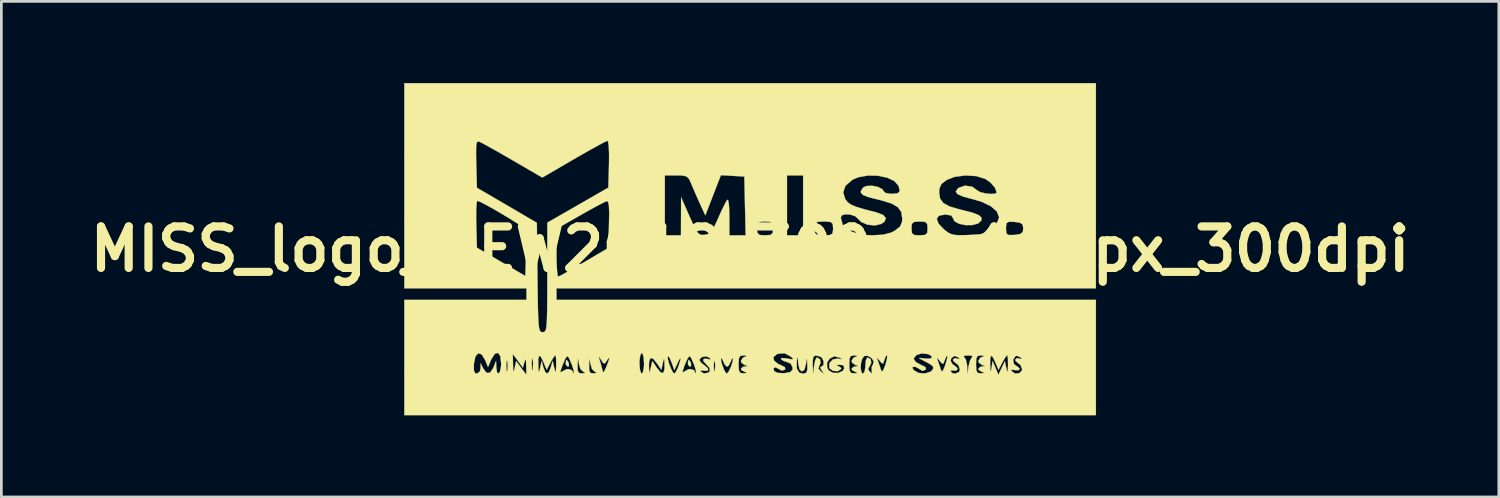
<source format=kicad_pcb>
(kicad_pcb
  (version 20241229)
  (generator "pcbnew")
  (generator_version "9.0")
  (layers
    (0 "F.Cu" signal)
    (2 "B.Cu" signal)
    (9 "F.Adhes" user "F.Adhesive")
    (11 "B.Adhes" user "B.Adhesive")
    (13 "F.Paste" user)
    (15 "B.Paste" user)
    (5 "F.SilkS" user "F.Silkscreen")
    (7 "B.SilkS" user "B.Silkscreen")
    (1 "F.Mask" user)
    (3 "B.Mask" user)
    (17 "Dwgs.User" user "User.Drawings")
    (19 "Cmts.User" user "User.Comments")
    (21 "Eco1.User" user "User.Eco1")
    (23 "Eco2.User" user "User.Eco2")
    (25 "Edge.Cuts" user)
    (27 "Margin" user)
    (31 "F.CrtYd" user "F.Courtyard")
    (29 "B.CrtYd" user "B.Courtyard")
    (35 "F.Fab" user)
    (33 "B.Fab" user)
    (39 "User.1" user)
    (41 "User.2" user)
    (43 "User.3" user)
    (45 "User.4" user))
  (footprint "MISS_logo_NEW2019_300px_144px_300dpi"
    (layer "F.Cu")
    (at 24.5 6.101)
    (property "Reference" "MISS_logo_NEW2019_300px_144px_300dpi" (at 0 0 0) (layer "F.SilkS") (effects (font (size 1.524 1.524) (thickness 0.3))))
    (attr through_hole)
    (fp_poly (pts (xy -6.685 4.13) (xy -6.658 4.191) (xy -6.656 4.3) (xy -6.691 4.318) (xy -6.764 4.249) (xy -6.773 4.191) (xy -6.755 4.078) (xy -6.74 4.064) (xy -6.685 4.13)) (stroke (width 0.01) (type solid)) (fill yes) (layer "F.SilkS"))
    (fp_poly (pts (xy -2.198 4.13) (xy -2.171 4.191) (xy -2.169 4.3) (xy -2.204 4.318) (xy -2.277 4.249) (xy -2.286 4.191) (xy -2.268 4.078) (xy -2.253 4.064) (xy -2.198 4.13)) (stroke (width 0.01) (type solid)) (fill yes) (layer "F.SilkS"))
    (fp_poly (pts (xy 12.7 1.439) (xy -7.112 1.439) (xy -7.112 1.863) (xy 12.7 1.863) (xy 12.7 6.096) (xy -12.7 6.096) (xy -12.7 4.448) (xy -10.146 4.448) (xy -10.102 4.554) (xy -10.038 4.572) (xy -9.928 4.499) (xy -9.9 4.381) (xy -9.895 4.191) (xy -9.803 4.381) (xy -9.679 4.544) (xy -9.553 4.54) (xy -9.435 4.368) (xy -9.423 4.339) (xy -9.331 4.106) (xy -9.322 4.339) (xy -9.293 4.528) (xy -9.239 4.572) (xy -9.184 4.489) (xy -9.148 4.297) (xy -9.147 4.276) (xy -8.953 4.276) (xy -8.947 4.45) (xy -8.927 4.495) (xy -8.916 4.467) (xy -8.901 4.264) (xy -8.915 4.128) (xy -8.937 4.082) (xy -8.951 4.183) (xy -8.953 4.276) (xy -9.147 4.276) (xy -9.144 4.191) (xy -9.177 3.925) (xy -9.229 3.852) (xy -8.715 3.852) (xy -8.708 4.233) (xy -8.701 4.447) (xy -8.686 4.503) (xy -8.658 4.414) (xy -8.647 4.363) (xy -8.593 4.111) (xy -8.405 4.363) (xy -8.218 4.614) (xy -8.224 4.276) (xy -8.226 4.233) (xy -8.02 4.233) (xy -8.014 4.416) (xy -7.997 4.467) (xy -7.984 4.424) (xy -7.974 4.255) (xy -7.779 4.255) (xy -7.771 4.465) (xy -7.756 4.518) (xy -7.727 4.426) (xy -7.712 4.36) (xy -7.655 4.106) (xy -7.594 4.339) (xy -7.526 4.507) (xy -7.458 4.572) (xy -7.385 4.5) (xy -7.319 4.339) (xy -7.254 4.106) (xy -7.193 4.36) (xy -7.155 4.503) (xy -7.135 4.506) (xy -7.133 4.468) (xy -6.964 4.468) (xy -6.959 4.529) (xy -6.93 4.508) (xy -6.756 4.415) (xy -6.672 4.403) (xy -6.544 4.448) (xy -6.519 4.501) (xy -6.492 4.566) (xy -6.476 4.557) (xy -6.478 4.459) (xy -6.537 4.268) (xy -6.542 4.255) (xy -6.336 4.255) (xy -6.333 4.463) (xy -6.279 4.55) (xy -6.16 4.562) (xy -6.048 4.547) (xy -6.101 4.518) (xy -6.112 4.515) (xy -6.231 4.404) (xy -6.275 4.255) (xy -5.913 4.255) (xy -5.909 4.463) (xy -5.856 4.55) (xy -5.736 4.562) (xy -5.625 4.547) (xy -5.678 4.518) (xy -5.689 4.515) (xy -5.807 4.404) (xy -5.866 4.207) (xy -5.888 4.044) (xy -5.901 4.033) (xy -5.91 4.183) (xy -5.913 4.255) (xy -6.275 4.255) (xy -6.289 4.207) (xy -6.311 4.044) (xy -6.324 4.033) (xy -6.333 4.183) (xy -6.336 4.255) (xy -6.542 4.255) (xy -6.566 4.195) (xy -6.653 3.996) (xy -6.664 3.983) (xy -5.553 3.983) (xy -5.541 4.022) (xy -5.474 4.247) (xy -5.438 4.392) (xy -5.405 4.514) (xy -5.366 4.506) (xy -5.295 4.354) (xy -5.28 4.318) (xy -5.23 4.191) (xy -4.064 4.191) (xy -4.047 4.418) (xy -4.005 4.555) (xy -3.979 4.572) (xy -3.929 4.496) (xy -3.899 4.305) (xy -3.898 4.297) (xy -3.715 4.297) (xy -3.707 4.495) (xy -3.693 4.533) (xy -3.663 4.422) (xy -3.649 4.36) (xy -3.593 4.106) (xy -3.438 4.339) (xy -3.288 4.525) (xy -3.191 4.55) (xy -3.146 4.414) (xy -3.143 4.255) (xy -3.151 4.059) (xy -3.164 4.025) (xy -3.025 4.025) (xy -2.975 4.205) (xy -2.9 4.4) (xy -2.823 4.541) (xy -2.785 4.572) (xy -2.72 4.501) (xy -2.705 4.468) (xy -2.477 4.468) (xy -2.472 4.529) (xy -2.443 4.508) (xy -2.268 4.415) (xy -2.184 4.403) (xy -2.056 4.448) (xy -2.032 4.501) (xy -2.005 4.566) (xy -1.989 4.557) (xy -1.991 4.459) (xy -2.049 4.268) (xy -2.078 4.195) (xy -2.132 4.072) (xy -1.863 4.072) (xy -1.799 4.171) (xy -1.693 4.253) (xy -1.552 4.374) (xy -1.54 4.458) (xy -1.656 4.471) (xy -1.693 4.463) (xy -1.808 4.457) (xy -1.815 4.495) (xy -1.69 4.568) (xy -1.535 4.535) (xy -1.474 4.476) (xy -1.49 4.361) (xy -1.567 4.276) (xy -1.333 4.276) (xy -1.327 4.45) (xy -1.307 4.495) (xy -1.296 4.467) (xy -1.281 4.264) (xy -1.295 4.128) (xy -1.309 4.099) (xy -1.067 4.099) (xy -1.018 4.273) (xy -0.946 4.451) (xy -0.876 4.562) (xy -0.857 4.572) (xy -0.791 4.501) (xy -0.708 4.329) (xy -0.697 4.302) (xy -0.676 4.233) (xy -0.423 4.233) (xy -0.411 4.451) (xy -0.358 4.546) (xy -0.238 4.562) (xy -0.233 4.562) (xy -0.118 4.548) (xy -0.166 4.52) (xy -0.191 4.514) (xy -0.316 4.444) (xy -0.339 4.396) (xy -0.323 4.381) (xy 0.857 4.381) (xy 0.888 4.486) (xy 1.004 4.542) (xy 1.213 4.558) (xy 1.257 4.555) (xy 1.47 4.517) (xy 1.557 4.432) (xy 1.564 4.381) (xy 1.712 4.381) (xy 1.807 4.538) (xy 1.945 4.572) (xy 2.058 4.545) (xy 2.102 4.433) (xy 2.103 4.255) (xy 2.098 4.147) (xy 2.298 4.147) (xy 2.3 4.255) (xy 2.314 4.614) (xy 2.348 4.297) (xy 2.387 4.093) (xy 2.441 3.985) (xy 2.455 3.979) (xy 2.569 4.043) (xy 2.589 4.182) (xy 2.546 4.268) (xy 2.508 4.387) (xy 2.602 4.497) (xy 2.704 4.571) (xy 2.683 4.528) (xy 2.635 4.466) (xy 2.573 4.346) (xy 2.614 4.318) (xy 2.696 4.257) (xy 2.7 4.17) (xy 2.826 4.17) (xy 2.831 4.359) (xy 2.886 4.453) (xy 3.043 4.544) (xy 3.239 4.547) (xy 3.402 4.473) (xy 3.456 4.381) (xy 3.432 4.268) (xy 3.287 4.243) (xy 3.17 4.258) (xy 3.216 4.285) (xy 3.24 4.292) (xy 3.342 4.359) (xy 3.34 4.409) (xy 3.213 4.482) (xy 3.04 4.467) (xy 2.916 4.375) (xy 2.909 4.359) (xy 2.913 4.233) (xy 3.641 4.233) (xy 3.653 4.451) (xy 3.706 4.546) (xy 3.826 4.562) (xy 3.831 4.562) (xy 3.946 4.548) (xy 3.898 4.52) (xy 3.873 4.514) (xy 3.748 4.444) (xy 3.725 4.396) (xy 3.728 4.394) (xy 4.062 4.394) (xy 4.097 4.537) (xy 4.149 4.572) (xy 4.205 4.498) (xy 4.233 4.315) (xy 4.233 4.276) (xy 4.253 4.08) (xy 4.303 3.982) (xy 4.313 3.979) (xy 4.431 4.042) (xy 4.449 4.183) (xy 4.397 4.283) (xy 4.335 4.41) (xy 4.402 4.512) (xy 4.48 4.566) (xy 4.466 4.481) (xy 4.464 4.476) (xy 4.471 4.307) (xy 4.511 4.243) (xy 4.541 4.122) (xy 4.472 4.015) (xy 4.664 4.015) (xy 4.697 4.106) (xy 4.773 4.327) (xy 4.805 4.433) (xy 4.846 4.498) (xy 4.902 4.423) (xy 4.933 4.342) (xy 5.951 4.342) (xy 6.006 4.438) (xy 6.011 4.445) (xy 6.188 4.546) (xy 6.423 4.565) (xy 6.63 4.499) (xy 6.682 4.453) (xy 6.734 4.366) (xy 6.704 4.291) (xy 6.568 4.198) (xy 6.35 4.084) (xy 6.216 4.013) (xy 6.225 3.994) (xy 6.387 4.015) (xy 6.413 4.019) (xy 6.612 4.021) (xy 6.626 4.011) (xy 6.864 4.011) (xy 6.899 4.106) (xy 6.975 4.327) (xy 7.007 4.433) (xy 7.047 4.498) (xy 7.103 4.423) (xy 7.163 4.266) (xy 7.212 4.102) (xy 7.366 4.102) (xy 7.434 4.228) (xy 7.493 4.264) (xy 7.605 4.359) (xy 7.62 4.409) (xy 7.559 4.468) (xy 7.493 4.457) (xy 7.384 4.455) (xy 7.366 4.49) (xy 7.437 4.557) (xy 7.535 4.572) (xy 7.678 4.511) (xy 7.705 4.412) (xy 7.646 4.254) (xy 7.578 4.203) (xy 7.465 4.108) (xy 7.451 4.058) (xy 7.513 4.001) (xy 7.599 4.018) (xy 7.694 4.041) (xy 7.65 3.976) (xy 7.649 3.975) (xy 7.577 3.947) (xy 7.845 3.947) (xy 7.853 3.951) (xy 7.926 4.056) (xy 7.969 4.26) (xy 7.972 4.304) (xy 7.986 4.614) (xy 8.021 4.319) (xy 8.041 4.233) (xy 8.297 4.233) (xy 8.309 4.451) (xy 8.362 4.546) (xy 8.483 4.562) (xy 8.488 4.562) (xy 8.602 4.548) (xy 8.554 4.52) (xy 8.53 4.514) (xy 8.405 4.444) (xy 8.382 4.396) (xy 8.452 4.325) (xy 8.53 4.308) (xy 8.635 4.296) (xy 8.574 4.271) (xy 8.53 4.26) (xy 8.523 4.255) (xy 8.818 4.255) (xy 8.828 4.453) (xy 8.843 4.491) (xy 8.866 4.378) (xy 8.868 4.36) (xy 8.906 4.106) (xy 9.014 4.36) (xy 9.121 4.614) (xy 9.238 4.365) (xy 9.356 4.116) (xy 9.409 4.365) (xy 9.442 4.499) (xy 9.46 4.491) (xy 9.465 4.424) (xy 9.6 4.424) (xy 9.604 4.478) (xy 9.731 4.568) (xy 9.883 4.558) (xy 9.982 4.462) (xy 9.991 4.412) (xy 9.932 4.254) (xy 9.864 4.203) (xy 9.751 4.108) (xy 9.737 4.058) (xy 9.799 4.001) (xy 9.885 4.018) (xy 9.98 4.041) (xy 9.936 3.976) (xy 9.935 3.975) (xy 9.802 3.917) (xy 9.744 3.932) (xy 9.658 4.065) (xy 9.691 4.217) (xy 9.779 4.287) (xy 9.898 4.375) (xy 9.875 4.446) (xy 9.73 4.443) (xy 9.726 4.442) (xy 9.6 4.424) (xy 9.465 4.424) (xy 9.47 4.33) (xy 9.473 4.255) (xy 9.47 4.035) (xy 9.453 3.907) (xy 9.443 3.895) (xy 9.381 3.962) (xy 9.283 4.127) (xy 9.263 4.164) (xy 9.124 4.432) (xy 9.011 4.164) (xy 8.91 3.958) (xy 8.847 3.915) (xy 8.818 4.036) (xy 8.818 4.255) (xy 8.523 4.255) (xy 8.404 4.173) (xy 8.382 4.106) (xy 8.452 3.991) (xy 8.53 3.953) (xy 8.606 3.922) (xy 8.519 3.906) (xy 8.488 3.904) (xy 8.365 3.919) (xy 8.31 4.011) (xy 8.297 4.225) (xy 8.297 4.233) (xy 8.041 4.233) (xy 8.072 4.103) (xy 8.147 3.967) (xy 8.156 3.96) (xy 8.156 3.919) (xy 8.02 3.902) (xy 8.001 3.903) (xy 7.857 3.918) (xy 7.845 3.947) (xy 7.577 3.947) (xy 7.508 3.921) (xy 7.393 3.998) (xy 7.366 4.102) (xy 7.212 4.102) (xy 7.225 4.057) (xy 7.247 3.927) (xy 7.243 3.913) (xy 7.198 3.957) (xy 7.151 4.073) (xy 7.099 4.207) (xy 7.037 4.191) (xy 6.963 4.101) (xy 6.871 3.988) (xy 6.864 4.011) (xy 6.626 4.011) (xy 6.687 3.97) (xy 6.621 3.894) (xy 6.519 3.852) (xy 6.298 3.831) (xy 6.109 3.89) (xy 6.014 4.007) (xy 6.011 4.032) (xy 6.083 4.143) (xy 6.258 4.243) (xy 6.272 4.248) (xy 6.442 4.331) (xy 6.457 4.412) (xy 6.441 4.43) (xy 6.324 4.472) (xy 6.248 4.42) (xy 6.092 4.329) (xy 6.026 4.318) (xy 5.951 4.342) (xy 4.933 4.342) (xy 4.961 4.266) (xy 5.022 4.054) (xy 5.037 3.918) (xy 5.03 3.902) (xy 4.981 3.938) (xy 4.936 4.059) (xy 4.89 4.198) (xy 4.829 4.183) (xy 4.759 4.098) (xy 4.669 3.988) (xy 4.664 4.015) (xy 4.472 4.015) (xy 4.461 3.997) (xy 4.32 3.918) (xy 4.198 3.923) (xy 4.117 4.021) (xy 4.071 4.2) (xy 4.062 4.394) (xy 3.728 4.394) (xy 3.796 4.325) (xy 3.873 4.308) (xy 3.978 4.296) (xy 3.918 4.271) (xy 3.873 4.26) (xy 3.748 4.173) (xy 3.725 4.106) (xy 3.795 3.991) (xy 3.873 3.953) (xy 3.949 3.922) (xy 3.862 3.906) (xy 3.831 3.904) (xy 3.708 3.919) (xy 3.653 4.011) (xy 3.641 4.225) (xy 3.641 4.233) (xy 2.913 4.233) (xy 2.915 4.183) (xy 3.037 4.052) (xy 3.222 4.018) (xy 3.25 4.024) (xy 3.366 4.049) (xy 3.331 4.011) (xy 3.288 3.983) (xy 3.094 3.937) (xy 2.927 4.014) (xy 2.826 4.17) (xy 2.7 4.17) (xy 2.702 4.123) (xy 2.639 3.992) (xy 2.575 3.946) (xy 2.404 3.902) (xy 2.32 3.96) (xy 2.298 4.147) (xy 2.098 4.147) (xy 2.093 4.056) (xy 2.083 4.02) (xy 2.064 4.14) (xy 2.055 4.212) (xy 1.993 4.429) (xy 1.901 4.493) (xy 1.814 4.411) (xy 1.766 4.187) (xy 1.765 4.17) (xy 1.755 3.986) (xy 1.74 3.963) (xy 1.717 4.092) (xy 1.717 4.092) (xy 1.712 4.381) (xy 1.564 4.381) (xy 1.566 4.361) (xy 1.494 4.206) (xy 1.397 4.163) (xy 1.214 4.097) (xy 1.143 4.047) (xy 1.144 3.998) (xy 1.302 4.007) (xy 1.355 4.017) (xy 1.542 4.047) (xy 1.585 4.031) (xy 1.505 3.955) (xy 1.487 3.941) (xy 1.266 3.822) (xy 1.034 3.842) (xy 0.981 3.861) (xy 0.858 3.964) (xy 0.88 4.095) (xy 1.032 4.217) (xy 1.107 4.248) (xy 1.279 4.334) (xy 1.288 4.417) (xy 1.28 4.427) (xy 1.154 4.46) (xy 1.06 4.404) (xy 0.924 4.337) (xy 0.857 4.381) (xy -0.323 4.381) (xy -0.268 4.325) (xy -0.191 4.308) (xy -0.086 4.296) (xy -0.146 4.271) (xy -0.191 4.26) (xy -0.316 4.173) (xy -0.339 4.106) (xy -0.269 3.991) (xy -0.191 3.953) (xy -0.115 3.922) (xy -0.202 3.906) (xy -0.233 3.904) (xy -0.356 3.919) (xy -0.411 4.011) (xy -0.423 4.225) (xy -0.423 4.233) (xy -0.676 4.233) (xy -0.638 4.112) (xy -0.626 4.004) (xy -0.629 4) (xy -0.676 4.041) (xy -0.718 4.142) (xy -0.791 4.282) (xy -0.847 4.318) (xy -0.927 4.248) (xy -0.976 4.142) (xy -1.033 4.018) (xy -1.066 4.002) (xy -1.067 4.099) (xy -1.309 4.099) (xy -1.317 4.082) (xy -1.331 4.183) (xy -1.333 4.276) (xy -1.567 4.276) (xy -1.6 4.24) (xy -1.721 4.108) (xy -1.705 4.026) (xy -1.563 4.031) (xy -1.537 4.04) (xy -1.447 4.055) (xy -1.489 3.989) (xy -1.62 3.936) (xy -1.772 3.963) (xy -1.86 4.052) (xy -1.863 4.072) (xy -2.132 4.072) (xy -2.165 3.996) (xy -2.226 3.929) (xy -2.29 4.003) (xy -2.387 4.224) (xy -2.409 4.276) (xy -2.477 4.468) (xy -2.705 4.468) (xy -2.641 4.327) (xy -2.633 4.305) (xy -2.563 4.081) (xy -2.552 3.992) (xy -2.598 4.048) (xy -2.668 4.191) (xy -2.783 4.445) (xy -2.883 4.166) (xy -2.958 3.992) (xy -3.016 3.923) (xy -3.023 3.926) (xy -3.025 4.025) (xy -3.164 4.025) (xy -3.165 4.022) (xy -3.195 4.134) (xy -3.206 4.187) (xy -3.26 4.437) (xy -3.41 4.208) (xy -3.56 4.024) (xy -3.662 4.002) (xy -3.711 4.14) (xy -3.715 4.297) (xy -3.898 4.297) (xy -3.895 4.191) (xy -3.911 3.964) (xy -3.954 3.827) (xy -3.979 3.81) (xy -4.03 3.886) (xy -4.06 4.077) (xy -4.064 4.191) (xy -5.23 4.191) (xy -5.203 4.121) (xy -5.168 3.998) (xy -5.167 3.991) (xy -5.204 4.008) (xy -5.263 4.098) (xy -5.337 4.202) (xy -5.401 4.176) (xy -5.478 4.056) (xy -5.552 3.945) (xy -5.553 3.983) (xy -6.664 3.983) (xy -6.713 3.929) (xy -6.778 4.003) (xy -6.874 4.224) (xy -6.896 4.276) (xy -6.964 4.468) (xy -7.133 4.468) (xy -7.125 4.358) (xy -7.122 4.255) (xy -7.124 4.035) (xy -7.142 3.907) (xy -7.152 3.895) (xy -7.213 3.962) (xy -7.312 4.127) (xy -7.331 4.164) (xy -7.47 4.432) (xy -7.583 4.164) (xy -7.684 3.958) (xy -7.748 3.915) (xy -7.778 4.036) (xy -7.779 4.255) (xy -7.974 4.255) (xy -7.97 4.177) (xy -7.984 4.043) (xy -8.005 4.003) (xy -8.018 4.109) (xy -8.02 4.233) (xy -8.226 4.233) (xy -8.232 4.082) (xy -8.252 4.045) (xy -8.287 4.143) (xy -8.345 4.35) (xy -8.53 4.101) (xy -8.715 3.852) (xy -9.229 3.852) (xy -9.261 3.808) (xy -9.377 3.845) (xy -9.505 4.045) (xy -9.516 4.071) (xy -9.626 4.332) (xy -9.735 4.067) (xy -9.86 3.865) (xy -9.983 3.823) (xy -10.085 3.935) (xy -10.142 4.191) (xy -10.144 4.213) (xy -10.146 4.448) (xy -12.7 4.448) (xy -12.7 1.863) (xy -8.213 1.863) (xy -8.213 1.439) (xy -12.7 1.439) (xy -12.7 -1.176) (xy -10.062 -1.176) (xy -10.057 -0.915) (xy -10.033 -0.053) (xy -9.144 0.466) (xy -8.255 0.985) (xy -8.231 0.181) (xy -8.224 -0.179) (xy -8.226 -0.478) (xy -8.236 -0.674) (xy -8.244 -0.721) (xy -8.326 -0.794) (xy -8.52 -0.927) (xy -8.791 -1.098) (xy -9.101 -1.286) (xy -9.415 -1.47) (xy -9.698 -1.627) (xy -9.911 -1.737) (xy -10.02 -1.778) (xy -10.043 -1.699) (xy -10.058 -1.487) (xy -10.062 -1.176) (xy -12.7 -1.176) (xy -12.7 -3.494) (xy -10.065 -3.494) (xy -10.057 -3.127) (xy -10.033 -2.255) (xy -8.932 -1.612) (xy -7.832 -0.968) (xy -7.809 1.04) (xy -7.801 1.673) (xy -7.793 2.157) (xy -7.782 2.512) (xy -7.767 2.757) (xy -7.746 2.914) (xy -7.717 3.001) (xy -7.678 3.039) (xy -7.626 3.048) (xy -7.618 3.048) (xy -7.566 3.042) (xy -7.525 3.01) (xy -7.495 2.932) (xy -7.475 2.789) (xy -7.462 2.56) (xy -7.454 2.225) (xy -7.45 1.764) (xy -7.449 1.157) (xy -7.449 1.037) (xy -7.448 -0.744) (xy -7.112 -0.744) (xy -7.112 0.136) (xy -7.106 0.498) (xy -7.091 0.786) (xy -7.069 0.966) (xy -7.048 1.009) (xy -6.955 0.966) (xy -6.746 0.853) (xy -6.454 0.687) (xy -6.107 0.485) (xy -6.096 0.479) (xy -5.207 -0.045) (xy -5.183 -0.918) (xy -5.176 -1.325) (xy -5.185 -1.587) (xy -5.211 -1.726) (xy -5.257 -1.765) (xy -5.267 -1.764) (xy -5.381 -1.712) (xy -5.607 -1.594) (xy -5.913 -1.427) (xy -6.244 -1.24) (xy -7.112 -0.744) (xy -7.448 -0.744) (xy -7.447 -0.974) (xy -6.327 -1.617) (xy -5.207 -2.26) (xy -5.194 -2.709) (xy -3.133 -2.709) (xy -3.133 -0.508) (xy -2.54 -0.508) (xy -2.534 -1.905) (xy -2.224 -1.202) (xy -2.074 -0.87) (xy -1.966 -0.664) (xy -1.876 -0.558) (xy -1.782 -0.522) (xy -1.671 -0.525) (xy -1.537 -0.557) (xy -1.429 -0.642) (xy -1.321 -0.815) (xy -1.184 -1.11) (xy -1.17 -1.143) (xy -1.036 -1.439) (xy -0.92 -1.675) (xy -0.844 -1.808) (xy -0.837 -1.816) (xy -0.801 -1.779) (xy -0.775 -1.598) (xy -0.763 -1.298) (xy -0.762 -1.202) (xy -0.762 -0.508) (xy -0.164 -0.508) (xy -0.17 -0.762) (xy 0.254 -0.762) (xy 0.271 -0.591) (xy 0.354 -0.521) (xy 0.55 -0.508) (xy 0.749 -0.522) (xy 0.831 -0.594) (xy 0.847 -0.762) (xy 0.83 -0.933) (xy 0.746 -1.003) (xy 0.55 -1.016) (xy 0.351 -1.002) (xy 0.27 -0.93) (xy 0.254 -0.762) (xy -0.17 -0.762) (xy -0.212 -2.667) (xy -0.643 -2.692) (xy -0.938 -2.709) (xy 1.355 -2.709) (xy 1.355 -0.508) (xy 1.947 -0.508) (xy 1.947 -0.762) (xy 2.371 -0.762) (xy 2.384 -0.599) (xy 2.457 -0.527) (xy 2.637 -0.508) (xy 2.709 -0.508) (xy 2.926 -0.518) (xy 3.023 -0.572) (xy 3.047 -0.707) (xy 3.048 -0.762) (xy 3.035 -0.925) (xy 2.962 -0.997) (xy 2.782 -1.016) (xy 2.709 -1.016) (xy 2.492 -1.006) (xy 2.396 -0.952) (xy 2.371 -0.817) (xy 2.371 -0.762) (xy 1.947 -0.762) (xy 1.947 -1.148) (xy 3.331 -1.148) (xy 3.335 -1.136) (xy 3.381 -0.974) (xy 3.387 -0.923) (xy 3.465 -0.788) (xy 3.673 -0.664) (xy 3.971 -0.569) (xy 4.321 -0.515) (xy 4.487 -0.509) (xy 4.89 -0.532) (xy 5.184 -0.61) (xy 5.313 -0.676) (xy 5.422 -0.762) (xy 5.927 -0.762) (xy 5.943 -0.591) (xy 6.027 -0.521) (xy 6.223 -0.508) (xy 6.422 -0.522) (xy 6.504 -0.594) (xy 6.519 -0.762) (xy 6.503 -0.933) (xy 6.419 -1.003) (xy 6.223 -1.016) (xy 6.024 -1.002) (xy 5.942 -0.93) (xy 5.927 -0.762) (xy 5.422 -0.762) (xy 5.506 -0.828) (xy 5.581 -1.006) (xy 5.587 -1.111) (xy 6.855 -1.111) (xy 6.922 -0.934) (xy 7.128 -0.719) (xy 7.278 -0.605) (xy 7.42 -0.539) (xy 7.607 -0.513) (xy 7.889 -0.515) (xy 8.068 -0.522) (xy 8.412 -0.543) (xy 8.634 -0.577) (xy 8.781 -0.638) (xy 8.899 -0.742) (xy 8.917 -0.762) (xy 9.398 -0.762) (xy 9.41 -0.59) (xy 9.479 -0.522) (xy 9.655 -0.519) (xy 9.716 -0.524) (xy 9.926 -0.557) (xy 10.016 -0.633) (xy 10.033 -0.762) (xy 10.01 -0.904) (xy 9.907 -0.973) (xy 9.716 -1) (xy 9.508 -1.007) (xy 9.419 -0.957) (xy 9.398 -0.812) (xy 9.398 -0.762) (xy 8.917 -0.762) (xy 8.941 -0.789) (xy 9.077 -0.986) (xy 9.143 -1.158) (xy 9.144 -1.175) (xy 9.063 -1.385) (xy 8.838 -1.58) (xy 8.491 -1.745) (xy 8.202 -1.829) (xy 7.833 -1.928) (xy 7.621 -2.019) (xy 7.553 -2.112) (xy 7.617 -2.217) (xy 7.662 -2.253) (xy 7.896 -2.333) (xy 8.154 -2.294) (xy 8.349 -2.154) (xy 8.464 -2.09) (xy 8.655 -2.046) (xy 8.86 -2.027) (xy 9.014 -2.041) (xy 9.059 -2.08) (xy 8.992 -2.26) (xy 8.822 -2.453) (xy 8.638 -2.581) (xy 8.304 -2.683) (xy 7.901 -2.707) (xy 7.506 -2.654) (xy 7.218 -2.541) (xy 7.026 -2.392) (xy 6.951 -2.216) (xy 6.943 -2.078) (xy 6.977 -1.858) (xy 7.096 -1.695) (xy 7.326 -1.569) (xy 7.695 -1.46) (xy 7.789 -1.438) (xy 8.167 -1.341) (xy 8.397 -1.251) (xy 8.499 -1.158) (xy 8.498 -1.059) (xy 8.377 -0.943) (xy 8.165 -0.885) (xy 7.913 -0.883) (xy 7.675 -0.932) (xy 7.504 -1.027) (xy 7.451 -1.141) (xy 7.389 -1.236) (xy 7.19 -1.27) (xy 7.154 -1.27) (xy 6.932 -1.228) (xy 6.855 -1.111) (xy 5.587 -1.111) (xy 5.588 -1.129) (xy 5.553 -1.363) (xy 5.43 -1.539) (xy 5.196 -1.676) (xy 4.825 -1.792) (xy 4.673 -1.828) (xy 4.344 -1.912) (xy 4.154 -1.987) (xy 4.073 -2.069) (xy 4.064 -2.117) (xy 4.139 -2.256) (xy 4.27 -2.319) (xy 4.479 -2.33) (xy 4.698 -2.284) (xy 4.862 -2.2) (xy 4.911 -2.119) (xy 4.985 -2.061) (xy 5.168 -2.033) (xy 5.207 -2.032) (xy 5.421 -2.052) (xy 5.496 -2.133) (xy 5.457 -2.308) (xy 5.451 -2.325) (xy 5.3 -2.501) (xy 5.032 -2.627) (xy 4.691 -2.697) (xy 4.325 -2.704) (xy 3.979 -2.643) (xy 3.754 -2.546) (xy 3.504 -2.329) (xy 3.418 -2.089) (xy 3.498 -1.832) (xy 3.506 -1.82) (xy 3.591 -1.717) (xy 3.715 -1.632) (xy 3.91 -1.551) (xy 4.207 -1.462) (xy 4.636 -1.352) (xy 4.89 -1.255) (xy 4.99 -1.134) (xy 4.929 -1.003) (xy 4.817 -0.927) (xy 4.581 -0.87) (xy 4.311 -0.899) (xy 4.08 -0.997) (xy 3.977 -1.104) (xy 3.861 -1.21) (xy 3.685 -1.269) (xy 3.502 -1.281) (xy 3.366 -1.241) (xy 3.331 -1.148) (xy 1.947 -1.148) (xy 1.947 -2.709) (xy 1.355 -2.709) (xy -0.938 -2.709) (xy -1.073 -2.717) (xy -1.359 -1.979) (xy -1.644 -1.241) (xy -1.837 -1.658) (xy -1.976 -1.968) (xy -2.109 -2.277) (xy -2.157 -2.392) (xy -2.243 -2.58) (xy -2.341 -2.674) (xy -2.508 -2.706) (xy -2.709 -2.709) (xy -3.133 -2.709) (xy -5.194 -2.709) (xy -5.183 -3.12) (xy -5.18 -3.486) (xy -5.191 -3.772) (xy -5.215 -3.944) (xy -5.236 -3.979) (xy -5.333 -3.939) (xy -5.548 -3.826) (xy -5.856 -3.657) (xy -6.229 -3.445) (xy -6.473 -3.305) (xy -7.631 -2.63) (xy -8.72 -3.262) (xy -9.113 -3.489) (xy -9.463 -3.688) (xy -9.739 -3.841) (xy -9.91 -3.932) (xy -9.945 -3.947) (xy -10.006 -3.954) (xy -10.044 -3.899) (xy -10.062 -3.755) (xy -10.065 -3.494) (xy -12.7 -3.494) (xy -12.7 -6.096) (xy 12.7 -6.096) (xy 12.7 1.439)) (stroke (width 0.01) (type solid)) (fill yes) (layer "F.SilkS")))
  (gr_rect
    (start -3 -3)
    (end 52 15.202)
    (stroke (width 0.1) (type default))
    (fill no)
    (layer "Edge.Cuts")))
</source>
